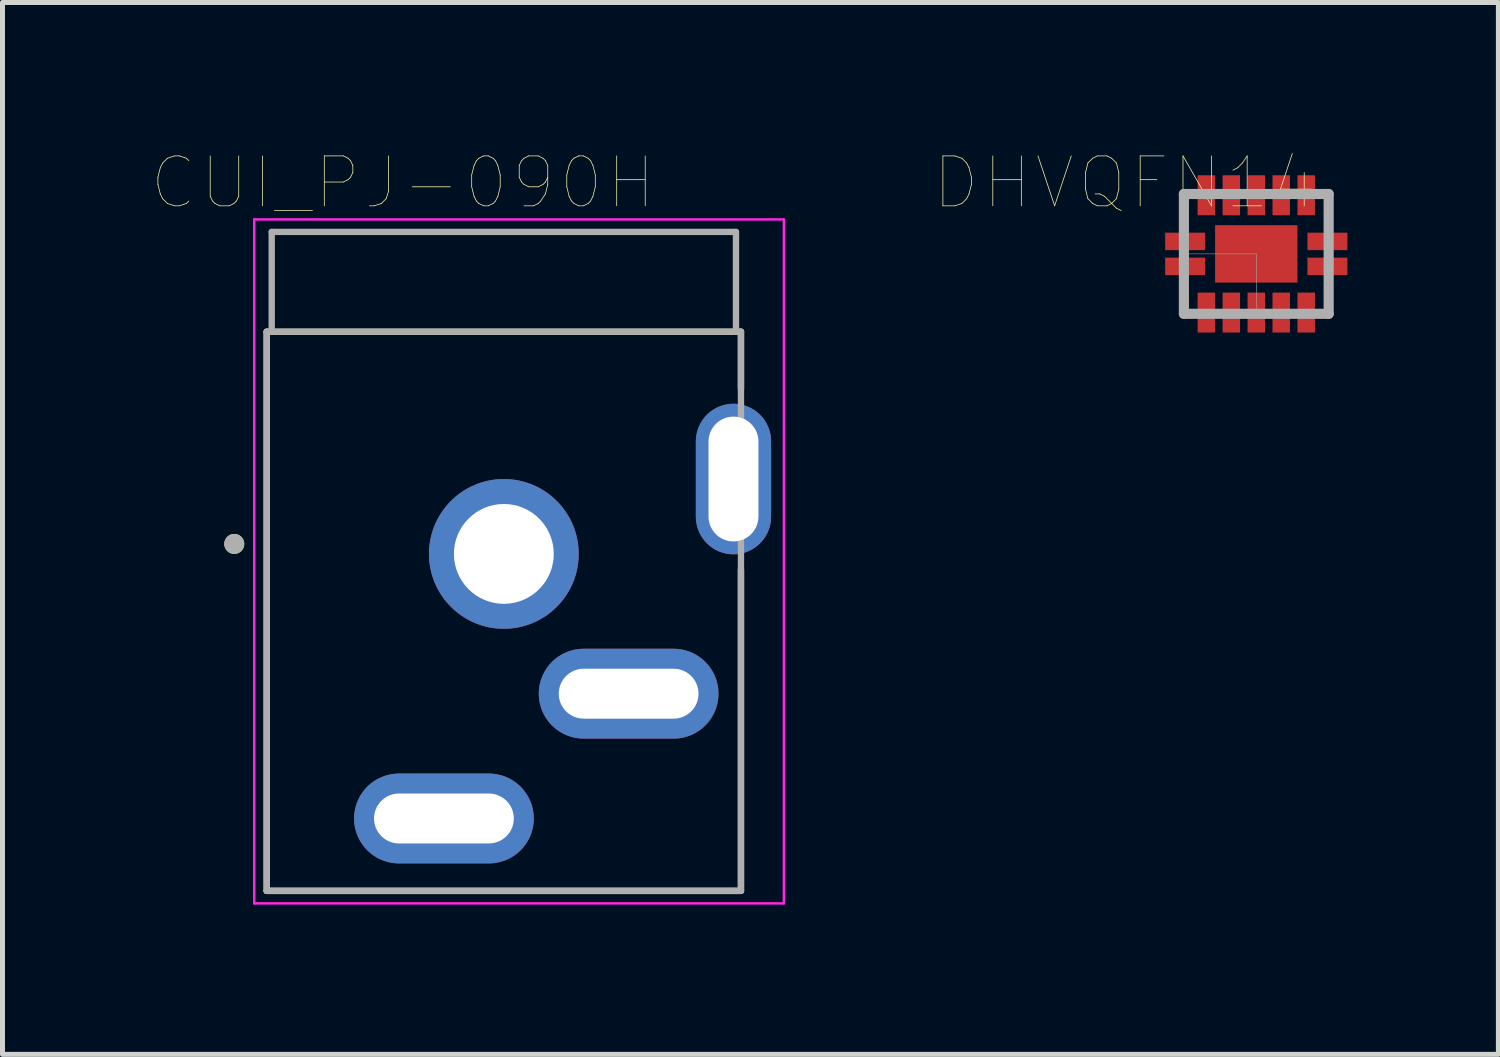
<source format=kicad_pcb>
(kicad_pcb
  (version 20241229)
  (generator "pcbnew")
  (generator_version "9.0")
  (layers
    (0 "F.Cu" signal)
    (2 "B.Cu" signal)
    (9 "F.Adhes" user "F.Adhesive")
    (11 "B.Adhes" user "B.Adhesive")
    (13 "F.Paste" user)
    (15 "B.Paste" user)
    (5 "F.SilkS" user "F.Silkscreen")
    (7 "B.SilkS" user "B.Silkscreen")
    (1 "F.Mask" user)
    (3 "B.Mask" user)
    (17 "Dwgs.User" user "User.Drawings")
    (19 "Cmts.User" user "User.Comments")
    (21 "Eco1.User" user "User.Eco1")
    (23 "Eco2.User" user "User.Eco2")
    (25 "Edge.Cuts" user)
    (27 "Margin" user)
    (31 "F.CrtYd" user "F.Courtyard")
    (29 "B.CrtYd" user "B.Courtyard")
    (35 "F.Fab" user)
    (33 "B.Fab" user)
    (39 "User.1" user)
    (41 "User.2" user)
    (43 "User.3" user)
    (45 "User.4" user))
  (footprint "CUI_PJ-090H"
    (layer "F.Cu")
    (at 7.043 8.046)
    (property "Reference" "CUI_PJ-090H" (at -2.025 -7.435 0) (layer "F.SilkS") (effects (font (size 1 1) (thickness 0.015))))
    (attr through_hole)
    (fp_line (start -4.75 -4.45) (end 4.75 -4.45) (stroke (width 0.127) (type solid)) (layer "F.SilkS"))
    (fp_line (start -4.75 6.75) (end -4.75 -4.45) (stroke (width 0.127) (type solid)) (layer "F.SilkS"))
    (fp_line (start 4.75 -4.45) (end 4.75 -3.313) (stroke (width 0.127) (type solid)) (layer "F.SilkS"))
    (fp_line (start 4.75 6.75) (end -4.75 6.75) (stroke (width 0.127) (type solid)) (layer "F.SilkS"))
    (fp_line (start 4.75 6.75) (end 4.75 0.314) (stroke (width 0.127) (type solid)) (layer "F.SilkS"))
    (fp_circle (center -5.4 -0.2) (end -5.3 -0.2) (stroke (width 0.2) (type solid)) (fill no) (layer "F.SilkS"))
    (fp_line (start -5 -6.7) (end 5.61 -6.7) (stroke (width 0.05) (type solid)) (layer "F.CrtYd"))
    (fp_line (start -5 7) (end -5 -6.7) (stroke (width 0.05) (type solid)) (layer "F.CrtYd"))
    (fp_line (start 5.61 -6.7) (end 5.61 7) (stroke (width 0.05) (type solid)) (layer "F.CrtYd"))
    (fp_line (start 5.61 7) (end -5 7) (stroke (width 0.05) (type solid)) (layer "F.CrtYd"))
    (fp_line (start -4.75 -4.45) (end 4.75 -4.45) (stroke (width 0.127) (type solid)) (layer "F.Fab"))
    (fp_line (start -4.75 6.75) (end -4.75 -4.45) (stroke (width 0.127) (type solid)) (layer "F.Fab"))
    (fp_line (start -4.65 -6.45) (end 4.65 -6.45) (stroke (width 0.127) (type solid)) (layer "F.Fab"))
    (fp_line (start -4.65 -4.45) (end -4.65 -6.45) (stroke (width 0.127) (type solid)) (layer "F.Fab"))
    (fp_line (start 4.65 -6.45) (end 4.65 -4.45) (stroke (width 0.127) (type solid)) (layer "F.Fab"))
    (fp_line (start 4.75 -4.45) (end 4.75 6.75) (stroke (width 0.127) (type solid)) (layer "F.Fab"))
    (fp_line (start 4.75 6.75) (end -4.75 6.75) (stroke (width 0.127) (type solid)) (layer "F.Fab"))
    (fp_circle (center -5.4 -0.2) (end -5.3 -0.2) (stroke (width 0.2) (type solid)) (fill no) (layer "F.Fab"))
    (pad "1" thru_hole circle (at 0 0) (size 3 3) (drill 2) (layers "*.Cu" "*.Mask"))
    (pad "2" thru_hole oval (at -1.2 5.3) (size 3.6 1.8) (drill oval 2.8 1) (layers "*.Cu" "*.Mask"))
    (pad "3" thru_hole oval (at 2.5 2.8) (size 3.6 1.8) (drill oval 2.8 1) (layers "*.Cu" "*.Mask"))
    (pad "S1" thru_hole oval (at 4.6 -1.5) (size 1.508 3.016) (drill oval 1 2.5) (layers "*.Cu" "*.Mask")))
  (footprint "DHVQFN14"
    (layer "F.Cu")
    (at 22.116 2.036)
    (property "Reference" "DHVQFN14" (at -2.635 -1.425 180) (layer "F.SilkS") (effects (font (size 1 1) (thickness 0.015))))
    (attr through_hole)
    (fp_line (start -1.2 -0.25) (end -1.65 -0.25) (stroke (width 0.4) (type solid)) (layer "F.Mask"))
    (fp_line (start -1.2 0.25) (end -1.65 0.25) (stroke (width 0.4) (type solid)) (layer "F.Mask"))
    (fp_line (start -1 -0.95) (end -1 -1.4) (stroke (width 0.4) (type solid)) (layer "F.Mask"))
    (fp_line (start -1 0.95) (end -1 1.4) (stroke (width 0.4) (type solid)) (layer "F.Mask"))
    (fp_line (start -0.5 -0.95) (end -0.5 -1.4) (stroke (width 0.4) (type solid)) (layer "F.Mask"))
    (fp_line (start -0.5 0.95) (end -0.5 1.4) (stroke (width 0.4) (type solid)) (layer "F.Mask"))
    (fp_line (start 0 -0.95) (end 0 -1.4) (stroke (width 0.4) (type solid)) (layer "F.Mask"))
    (fp_line (start 0 0.95) (end 0 1.4) (stroke (width 0.4) (type solid)) (layer "F.Mask"))
    (fp_line (start 0.5 -0.95) (end 0.5 -1.4) (stroke (width 0.4) (type solid)) (layer "F.Mask"))
    (fp_line (start 0.5 0.95) (end 0.5 1.4) (stroke (width 0.4) (type solid)) (layer "F.Mask"))
    (fp_line (start 1 -0.95) (end 1 -1.4) (stroke (width 0.4) (type solid)) (layer "F.Mask"))
    (fp_line (start 1 0.95) (end 1 1.4) (stroke (width 0.4) (type solid)) (layer "F.Mask"))
    (fp_line (start 1.2 -0.25) (end 1.65 -0.25) (stroke (width 0.4) (type solid)) (layer "F.Mask"))
    (fp_line (start 1.2 0.25) (end 1.65 0.25) (stroke (width 0.4) (type solid)) (layer "F.Mask"))
    (fp_poly (pts (xy -0.875 -0.625) (xy 0.875 -0.625) (xy 0.875 0.625) (xy -0.875 0.625)) (stroke (width 0.01) (type solid)) (fill yes) (layer "F.Mask"))
    (fp_line (start -1.45 -1.2) (end 1.45 -1.2) (stroke (width 0.203) (type solid)) (layer "F.Fab"))
    (fp_line (start -1.45 1.2) (end -1.45 -1.2) (stroke (width 0.203) (type solid)) (layer "F.Fab"))
    (fp_line (start 1.45 -1.2) (end 1.45 1.2) (stroke (width 0.203) (type solid)) (layer "F.Fab"))
    (fp_line (start 1.45 1.2) (end -1.45 1.2) (stroke (width 0.203) (type solid)) (layer "F.Fab"))
    (fp_poly (pts (xy -1.4 0) (xy 0 0) (xy 0 1.15) (xy -1.4 1.15)) (stroke (width 0.01) (type solid)) (fill no) (layer "F.Fab"))
    (pad "1" smd rect (at -1.425 0.25) (size 0.8 0.35) (layers "F.Cu" "F.Paste"))
    (pad "2" smd rect (at -1 1.175) (size 0.35 0.8) (layers "F.Cu" "F.Paste"))
    (pad "3" smd rect (at -0.5 1.175) (size 0.35 0.8) (layers "F.Cu" "F.Paste"))
    (pad "4" smd rect (at 0 1.175) (size 0.35 0.8) (layers "F.Cu" "F.Paste"))
    (pad "5" smd rect (at 0.5 1.175) (size 0.35 0.8) (layers "F.Cu" "F.Paste"))
    (pad "6" smd rect (at 1 1.175) (size 0.35 0.8) (layers "F.Cu" "F.Paste"))
    (pad "7" smd rect (at 1.425 0.25) (size 0.8 0.35) (layers "F.Cu" "F.Paste"))
    (pad "8" smd rect (at 1.425 -0.25) (size 0.8 0.35) (layers "F.Cu" "F.Paste"))
    (pad "9" smd rect (at 1 -1.175) (size 0.35 0.8) (layers "F.Cu" "F.Paste"))
    (pad "10" smd rect (at 0.5 -1.175) (size 0.35 0.8) (layers "F.Cu" "F.Paste"))
    (pad "11" smd rect (at 0 -1.175) (size 0.35 0.8) (layers "F.Cu" "F.Paste"))
    (pad "12" smd rect (at -0.5 -1.175) (size 0.35 0.8) (layers "F.Cu" "F.Paste"))
    (pad "13" smd rect (at -1 -1.175) (size 0.35 0.8) (layers "F.Cu" "F.Paste"))
    (pad "14" smd rect (at -1.425 -0.25) (size 0.8 0.35) (layers "F.Cu" "F.Paste"))
    (pad "EXP" smd rect (at 0 0) (size 1.65 1.15) (layers "F.Cu" "F.Paste")))
  (gr_rect
    (start -3 -3)
    (end 26.966 18.071)
    (stroke (width 0.1) (type default))
    (fill no)
    (layer "Edge.Cuts")))
</source>
